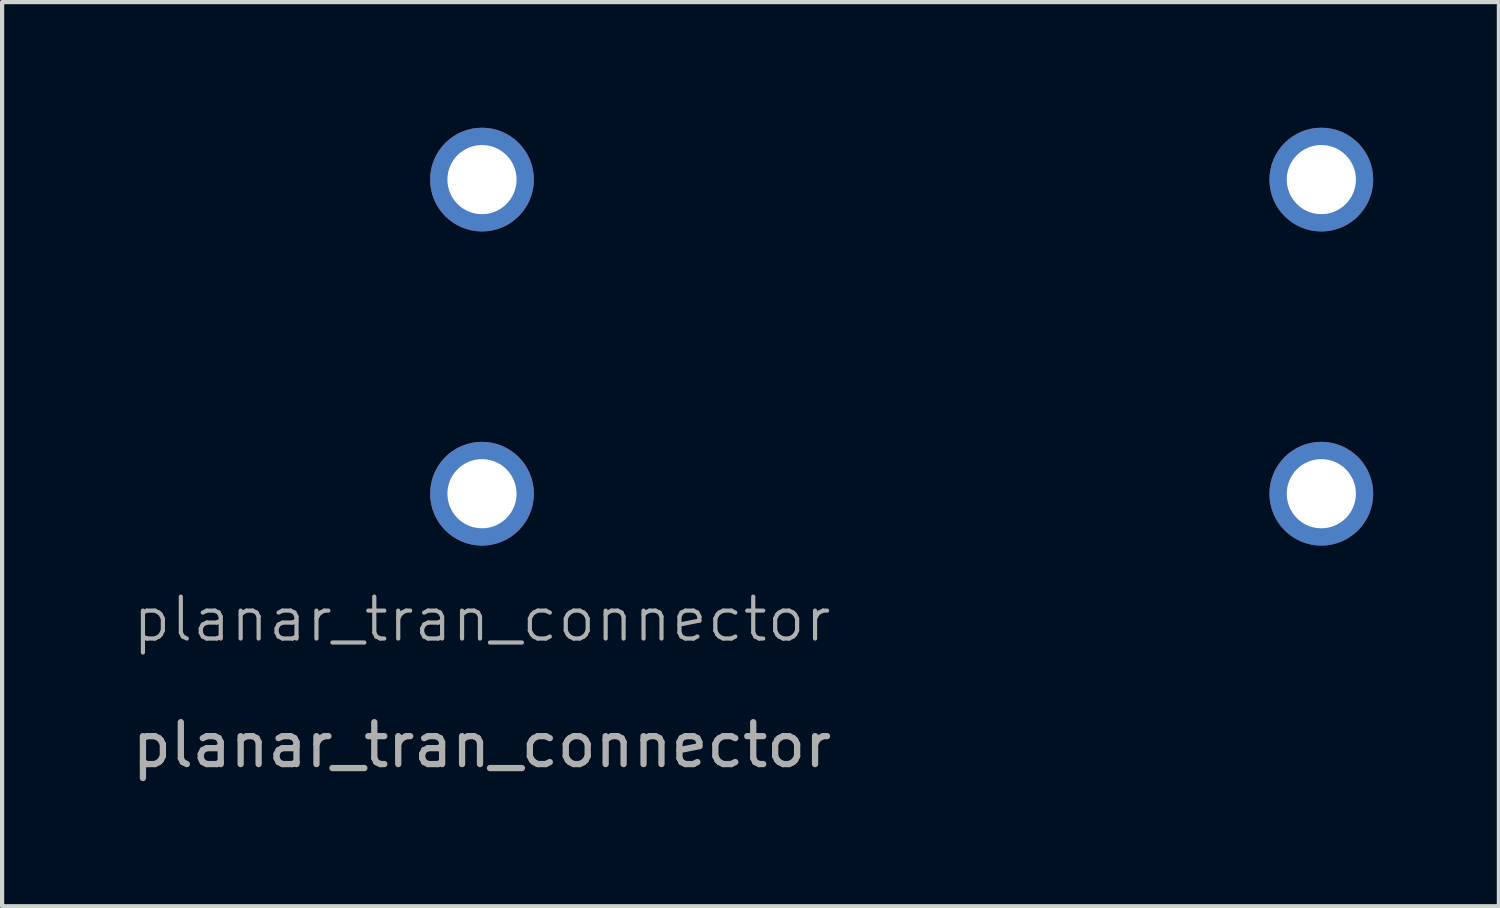
<source format=kicad_pcb>
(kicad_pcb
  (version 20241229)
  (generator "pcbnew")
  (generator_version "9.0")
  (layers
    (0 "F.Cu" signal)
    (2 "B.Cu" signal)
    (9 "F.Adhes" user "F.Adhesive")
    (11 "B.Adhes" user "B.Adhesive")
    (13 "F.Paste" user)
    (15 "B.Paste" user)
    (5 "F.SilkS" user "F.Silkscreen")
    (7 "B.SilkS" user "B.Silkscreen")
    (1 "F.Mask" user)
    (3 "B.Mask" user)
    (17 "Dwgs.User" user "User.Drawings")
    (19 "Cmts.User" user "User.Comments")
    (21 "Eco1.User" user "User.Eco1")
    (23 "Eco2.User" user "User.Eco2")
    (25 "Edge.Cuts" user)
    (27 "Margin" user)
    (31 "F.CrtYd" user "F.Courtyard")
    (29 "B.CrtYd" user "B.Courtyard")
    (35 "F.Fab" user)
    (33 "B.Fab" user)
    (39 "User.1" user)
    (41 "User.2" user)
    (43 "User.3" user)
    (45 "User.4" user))
  (footprint "planar_tran_connector"
    (layer "F.Cu")
    (at 8.458 8.738)
    (property "Reference" "planar_tran_connector" (at 0 3 0) (unlocked yes) (layer "F.Fab") (effects (font (size 1 1) (thickness 0.1))))
    (attr through_hole)
    (fp_text user "${REFERENCE}" (at 0 6 0) (unlocked yes) (layer "F.Fab") (effects (font (size 1 1) (thickness 0.15))))
    (pad "1" thru_hole circle (at 0 0) (size 2.477 2.477) (drill 1.651) (layers "*.Cu" "*.Mask" "Eco2.User"))
    (pad "2" thru_hole circle (at 0 -7.5) (size 2.477 2.477) (drill 1.651) (layers "*.Cu" "*.Mask" "Eco2.User"))
    (pad "3" thru_hole circle (at 20.04 -7.5) (size 2.477 2.477) (drill 1.651) (layers "*.Cu" "*.Mask" "Eco2.User"))
    (pad "4" thru_hole circle (at 20.04 0) (size 2.477 2.477) (drill 1.651) (layers "*.Cu" "*.Mask" "Eco2.User")))
  (gr_rect
    (start -3 -3)
    (end 32.737 18.587)
    (stroke (width 0.1) (type default))
    (fill no)
    (layer "Edge.Cuts")))
</source>
